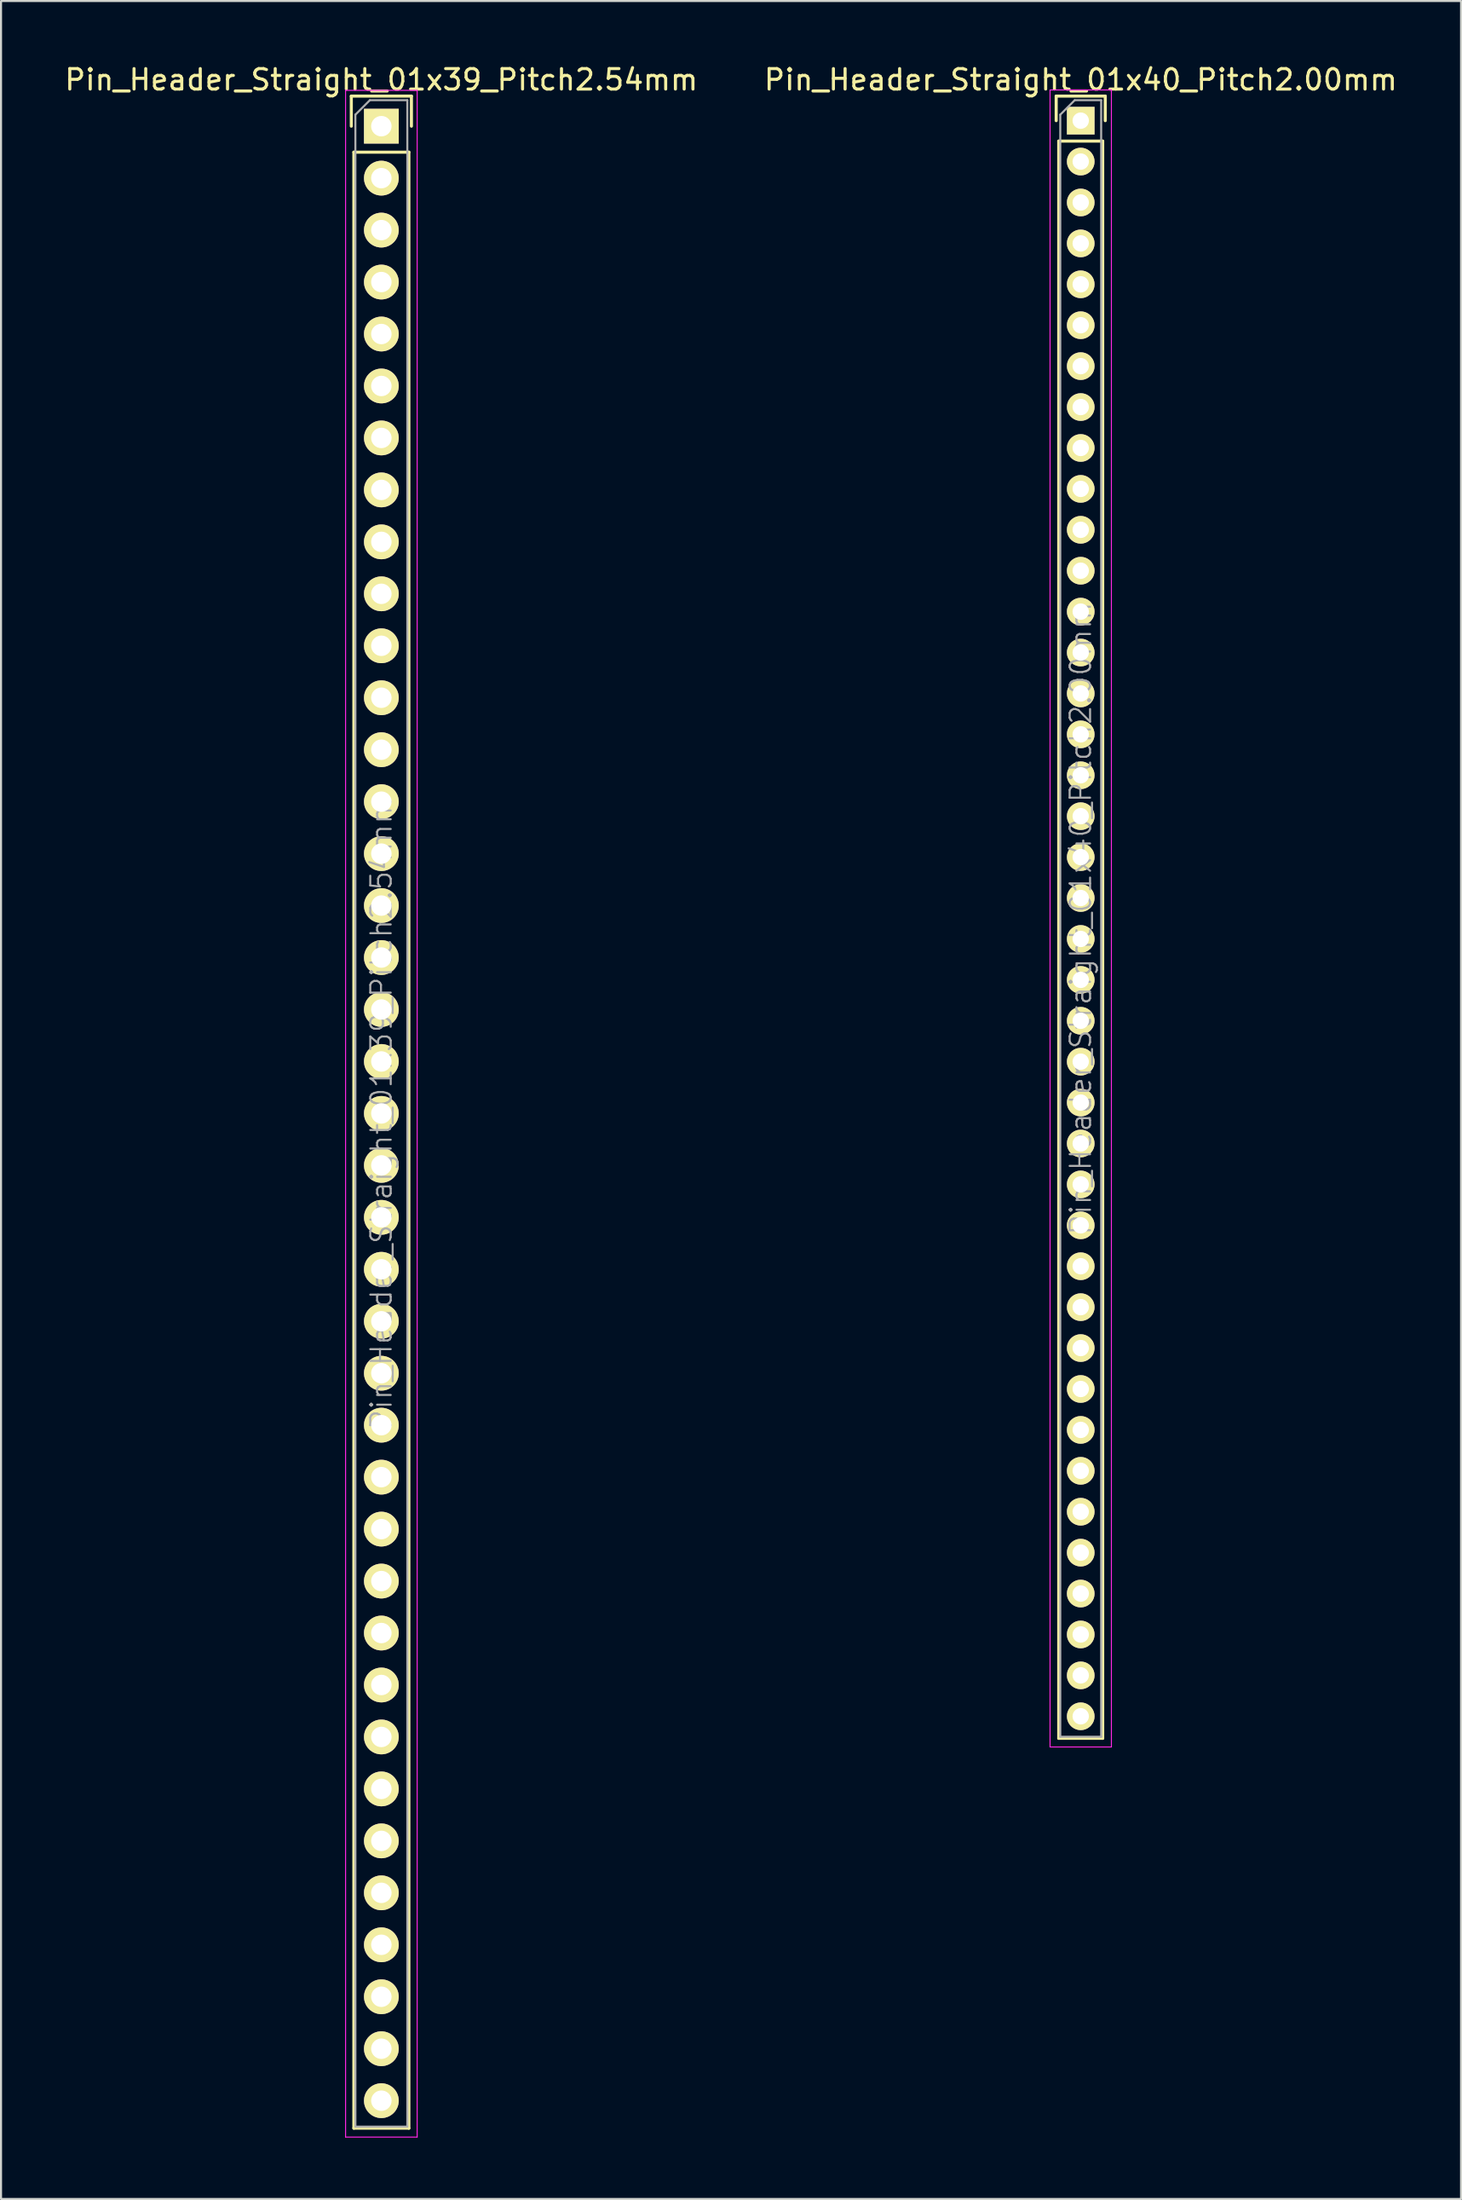
<source format=kicad_pcb>
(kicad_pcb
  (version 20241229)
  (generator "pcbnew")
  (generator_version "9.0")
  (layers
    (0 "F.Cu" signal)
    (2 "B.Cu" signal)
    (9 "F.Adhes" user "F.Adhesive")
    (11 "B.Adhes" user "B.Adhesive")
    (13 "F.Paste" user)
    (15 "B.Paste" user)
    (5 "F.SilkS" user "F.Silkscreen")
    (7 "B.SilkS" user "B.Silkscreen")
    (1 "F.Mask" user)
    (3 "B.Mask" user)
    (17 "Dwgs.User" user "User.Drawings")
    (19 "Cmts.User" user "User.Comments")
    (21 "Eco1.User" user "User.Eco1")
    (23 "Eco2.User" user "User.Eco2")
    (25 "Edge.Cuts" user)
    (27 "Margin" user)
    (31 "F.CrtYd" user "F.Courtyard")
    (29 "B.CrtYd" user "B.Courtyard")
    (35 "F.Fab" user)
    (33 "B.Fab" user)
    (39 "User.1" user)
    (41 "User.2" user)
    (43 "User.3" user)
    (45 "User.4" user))
  (footprint "Pin_Header_Straight_01x39_Pitch2.54mm"
    (layer "F.Cu")
    (at 15.601 3.118)
    (property "Reference" "Pin_Header_Straight_01x39_Pitch2.54mm" (at 0 -2.27 0) (layer "F.SilkS") (effects (font (size 1 1) (thickness 0.15))))
    (attr smd)
    (fp_line (start -1.47 -1.47) (end -1.47 0) (stroke (width 0.15) (type solid)) (layer "F.SilkS"))
    (fp_line (start -1.47 -1.47) (end 1.47 -1.47) (stroke (width 0.15) (type solid)) (layer "F.SilkS"))
    (fp_line (start -1.345 1.27) (end -1.345 97.865) (stroke (width 0.15) (type solid)) (layer "F.SilkS"))
    (fp_line (start -1.345 1.27) (end 1.345 1.27) (stroke (width 0.15) (type solid)) (layer "F.SilkS"))
    (fp_line (start -1.345 97.865) (end 1.345 97.865) (stroke (width 0.15) (type solid)) (layer "F.SilkS"))
    (fp_line (start 1.345 1.27) (end 1.345 97.865) (stroke (width 0.15) (type solid)) (layer "F.SilkS"))
    (fp_line (start 1.47 -1.47) (end 1.47 0) (stroke (width 0.15) (type solid)) (layer "F.SilkS"))
    (fp_line (start -1.75 -1.75) (end -1.75 98.3) (stroke (width 0.05) (type solid)) (layer "F.CrtYd"))
    (fp_line (start 1.75 -1.75) (end -1.75 -1.75) (stroke (width 0.05) (type solid)) (layer "F.CrtYd"))
    (fp_line (start 1.75 -1.75) (end 1.75 98.3) (stroke (width 0.05) (type solid)) (layer "F.CrtYd"))
    (fp_line (start 1.75 98.3) (end -1.75 98.3) (stroke (width 0.05) (type solid)) (layer "F.CrtYd"))
    (fp_line (start -1.27 -0.563) (end -0.563 -1.27) (stroke (width 0.1) (type solid)) (layer "F.Fab"))
    (fp_line (start -1.27 97.79) (end -1.27 -0.563) (stroke (width 0.1) (type solid)) (layer "F.Fab"))
    (fp_line (start 1.27 -1.27) (end -0.563 -1.27) (stroke (width 0.1) (type solid)) (layer "F.Fab"))
    (fp_line (start 1.27 97.79) (end -1.27 97.79) (stroke (width 0.1) (type solid)) (layer "F.Fab"))
    (fp_line (start 1.27 97.79) (end 1.27 -1.27) (stroke (width 0.1) (type solid)) (layer "F.Fab"))
    (fp_text user "${REFERENCE}" (at 0 48.26 90) (layer "F.Fab") (effects (font (size 1 1) (thickness 0.1))))
    (pad "1" thru_hole rect (at 0 0) (size 1.7 1.7) (drill 1) (layers "*.Cu" "*.Mask" "F.SilkS"))
    (pad "2" thru_hole oval (at 0 2.54) (size 1.7 1.7) (drill 1) (layers "*.Cu" "*.Mask" "F.SilkS"))
    (pad "3" thru_hole oval (at 0 5.08) (size 1.7 1.7) (drill 1) (layers "*.Cu" "*.Mask" "F.SilkS"))
    (pad "4" thru_hole oval (at 0 7.62) (size 1.7 1.7) (drill 1) (layers "*.Cu" "*.Mask" "F.SilkS"))
    (pad "5" thru_hole oval (at 0 10.16) (size 1.7 1.7) (drill 1) (layers "*.Cu" "*.Mask" "F.SilkS"))
    (pad "6" thru_hole oval (at 0 12.7) (size 1.7 1.7) (drill 1) (layers "*.Cu" "*.Mask" "F.SilkS"))
    (pad "7" thru_hole oval (at 0 15.24) (size 1.7 1.7) (drill 1) (layers "*.Cu" "*.Mask" "F.SilkS"))
    (pad "8" thru_hole oval (at 0 17.78) (size 1.7 1.7) (drill 1) (layers "*.Cu" "*.Mask" "F.SilkS"))
    (pad "9" thru_hole oval (at 0 20.32) (size 1.7 1.7) (drill 1) (layers "*.Cu" "*.Mask" "F.SilkS"))
    (pad "10" thru_hole oval (at 0 22.86) (size 1.7 1.7) (drill 1) (layers "*.Cu" "*.Mask" "F.SilkS"))
    (pad "11" thru_hole oval (at 0 25.4) (size 1.7 1.7) (drill 1) (layers "*.Cu" "*.Mask" "F.SilkS"))
    (pad "12" thru_hole oval (at 0 27.94) (size 1.7 1.7) (drill 1) (layers "*.Cu" "*.Mask" "F.SilkS"))
    (pad "13" thru_hole oval (at 0 30.48) (size 1.7 1.7) (drill 1) (layers "*.Cu" "*.Mask" "F.SilkS"))
    (pad "14" thru_hole oval (at 0 33.02) (size 1.7 1.7) (drill 1) (layers "*.Cu" "*.Mask" "F.SilkS"))
    (pad "15" thru_hole oval (at 0 35.56) (size 1.7 1.7) (drill 1) (layers "*.Cu" "*.Mask" "F.SilkS"))
    (pad "16" thru_hole oval (at 0 38.1) (size 1.7 1.7) (drill 1) (layers "*.Cu" "*.Mask" "F.SilkS"))
    (pad "17" thru_hole oval (at 0 40.64) (size 1.7 1.7) (drill 1) (layers "*.Cu" "*.Mask" "F.SilkS"))
    (pad "18" thru_hole oval (at 0 43.18) (size 1.7 1.7) (drill 1) (layers "*.Cu" "*.Mask" "F.SilkS"))
    (pad "19" thru_hole oval (at 0 45.72) (size 1.7 1.7) (drill 1) (layers "*.Cu" "*.Mask" "F.SilkS"))
    (pad "20" thru_hole oval (at 0 48.26) (size 1.7 1.7) (drill 1) (layers "*.Cu" "*.Mask" "F.SilkS"))
    (pad "21" thru_hole oval (at 0 50.8) (size 1.7 1.7) (drill 1) (layers "*.Cu" "*.Mask" "F.SilkS"))
    (pad "22" thru_hole oval (at 0 53.34) (size 1.7 1.7) (drill 1) (layers "*.Cu" "*.Mask" "F.SilkS"))
    (pad "23" thru_hole oval (at 0 55.88) (size 1.7 1.7) (drill 1) (layers "*.Cu" "*.Mask" "F.SilkS"))
    (pad "24" thru_hole oval (at 0 58.42) (size 1.7 1.7) (drill 1) (layers "*.Cu" "*.Mask" "F.SilkS"))
    (pad "25" thru_hole oval (at 0 60.96) (size 1.7 1.7) (drill 1) (layers "*.Cu" "*.Mask" "F.SilkS"))
    (pad "26" thru_hole oval (at 0 63.5) (size 1.7 1.7) (drill 1) (layers "*.Cu" "*.Mask" "F.SilkS"))
    (pad "27" thru_hole oval (at 0 66.04) (size 1.7 1.7) (drill 1) (layers "*.Cu" "*.Mask" "F.SilkS"))
    (pad "28" thru_hole oval (at 0 68.58) (size 1.7 1.7) (drill 1) (layers "*.Cu" "*.Mask" "F.SilkS"))
    (pad "29" thru_hole oval (at 0 71.12) (size 1.7 1.7) (drill 1) (layers "*.Cu" "*.Mask" "F.SilkS"))
    (pad "30" thru_hole oval (at 0 73.66) (size 1.7 1.7) (drill 1) (layers "*.Cu" "*.Mask" "F.SilkS"))
    (pad "31" thru_hole oval (at 0 76.2) (size 1.7 1.7) (drill 1) (layers "*.Cu" "*.Mask" "F.SilkS"))
    (pad "32" thru_hole oval (at 0 78.74) (size 1.7 1.7) (drill 1) (layers "*.Cu" "*.Mask" "F.SilkS"))
    (pad "33" thru_hole oval (at 0 81.28) (size 1.7 1.7) (drill 1) (layers "*.Cu" "*.Mask" "F.SilkS"))
    (pad "34" thru_hole oval (at 0 83.82) (size 1.7 1.7) (drill 1) (layers "*.Cu" "*.Mask" "F.SilkS"))
    (pad "35" thru_hole oval (at 0 86.36) (size 1.7 1.7) (drill 1) (layers "*.Cu" "*.Mask" "F.SilkS"))
    (pad "36" thru_hole oval (at 0 88.9) (size 1.7 1.7) (drill 1) (layers "*.Cu" "*.Mask" "F.SilkS"))
    (pad "37" thru_hole oval (at 0 91.44) (size 1.7 1.7) (drill 1) (layers "*.Cu" "*.Mask" "F.SilkS"))
    (pad "38" thru_hole oval (at 0 93.98) (size 1.7 1.7) (drill 1) (layers "*.Cu" "*.Mask" "F.SilkS"))
    (pad "39" thru_hole oval (at 0 96.52) (size 1.7 1.7) (drill 1) (layers "*.Cu" "*.Mask" "F.SilkS")))
  (footprint "Pin_Header_Straight_01x40_Pitch2.00mm"
    (layer "F.Cu")
    (at 49.804 2.848)
    (property "Reference" "Pin_Header_Straight_01x40_Pitch2.00mm" (at 0 -2 0) (layer "F.SilkS") (effects (font (size 1 1) (thickness 0.15))))
    (attr smd)
    (fp_line (start -1.2 -1.2) (end -1.2 0) (stroke (width 0.15) (type solid)) (layer "F.SilkS"))
    (fp_line (start -1.2 -1.2) (end 1.2 -1.2) (stroke (width 0.15) (type solid)) (layer "F.SilkS"))
    (fp_line (start -1.075 1) (end -1.075 79.075) (stroke (width 0.15) (type solid)) (layer "F.SilkS"))
    (fp_line (start -1.075 1) (end 1.075 1) (stroke (width 0.15) (type solid)) (layer "F.SilkS"))
    (fp_line (start -1.075 79.075) (end 1.075 79.075) (stroke (width 0.15) (type solid)) (layer "F.SilkS"))
    (fp_line (start 1.075 1) (end 1.075 79.075) (stroke (width 0.15) (type solid)) (layer "F.SilkS"))
    (fp_line (start 1.2 -1.2) (end 1.2 0) (stroke (width 0.15) (type solid)) (layer "F.SilkS"))
    (fp_line (start -1.5 -1.5) (end -1.5 79.5) (stroke (width 0.05) (type solid)) (layer "F.CrtYd"))
    (fp_line (start 1.5 -1.5) (end -1.5 -1.5) (stroke (width 0.05) (type solid)) (layer "F.CrtYd"))
    (fp_line (start 1.5 -1.5) (end 1.5 79.5) (stroke (width 0.05) (type solid)) (layer "F.CrtYd"))
    (fp_line (start 1.5 79.5) (end -1.5 79.5) (stroke (width 0.05) (type solid)) (layer "F.CrtYd"))
    (fp_line (start -1 -0.293) (end -0.293 -1) (stroke (width 0.1) (type solid)) (layer "F.Fab"))
    (fp_line (start -1 79) (end -1 -0.293) (stroke (width 0.1) (type solid)) (layer "F.Fab"))
    (fp_line (start 1 -1) (end -0.293 -1) (stroke (width 0.1) (type solid)) (layer "F.Fab"))
    (fp_line (start 1 79) (end -1 79) (stroke (width 0.1) (type solid)) (layer "F.Fab"))
    (fp_line (start 1 79) (end 1 -1) (stroke (width 0.1) (type solid)) (layer "F.Fab"))
    (fp_text user "${REFERENCE}" (at 0 39 90) (layer "F.Fab") (effects (font (size 1 1) (thickness 0.1))))
    (pad "1" thru_hole rect (at 0 0) (size 1.35 1.35) (drill 0.8) (layers "*.Cu" "*.Mask" "F.SilkS"))
    (pad "2" thru_hole oval (at 0 2) (size 1.35 1.35) (drill 0.8) (layers "*.Cu" "*.Mask" "F.SilkS"))
    (pad "3" thru_hole oval (at 0 4) (size 1.35 1.35) (drill 0.8) (layers "*.Cu" "*.Mask" "F.SilkS"))
    (pad "4" thru_hole oval (at 0 6) (size 1.35 1.35) (drill 0.8) (layers "*.Cu" "*.Mask" "F.SilkS"))
    (pad "5" thru_hole oval (at 0 8) (size 1.35 1.35) (drill 0.8) (layers "*.Cu" "*.Mask" "F.SilkS"))
    (pad "6" thru_hole oval (at 0 10) (size 1.35 1.35) (drill 0.8) (layers "*.Cu" "*.Mask" "F.SilkS"))
    (pad "7" thru_hole oval (at 0 12) (size 1.35 1.35) (drill 0.8) (layers "*.Cu" "*.Mask" "F.SilkS"))
    (pad "8" thru_hole oval (at 0 14) (size 1.35 1.35) (drill 0.8) (layers "*.Cu" "*.Mask" "F.SilkS"))
    (pad "9" thru_hole oval (at 0 16) (size 1.35 1.35) (drill 0.8) (layers "*.Cu" "*.Mask" "F.SilkS"))
    (pad "10" thru_hole oval (at 0 18) (size 1.35 1.35) (drill 0.8) (layers "*.Cu" "*.Mask" "F.SilkS"))
    (pad "11" thru_hole oval (at 0 20) (size 1.35 1.35) (drill 0.8) (layers "*.Cu" "*.Mask" "F.SilkS"))
    (pad "12" thru_hole oval (at 0 22) (size 1.35 1.35) (drill 0.8) (layers "*.Cu" "*.Mask" "F.SilkS"))
    (pad "13" thru_hole oval (at 0 24) (size 1.35 1.35) (drill 0.8) (layers "*.Cu" "*.Mask" "F.SilkS"))
    (pad "14" thru_hole oval (at 0 26) (size 1.35 1.35) (drill 0.8) (layers "*.Cu" "*.Mask" "F.SilkS"))
    (pad "15" thru_hole oval (at 0 28) (size 1.35 1.35) (drill 0.8) (layers "*.Cu" "*.Mask" "F.SilkS"))
    (pad "16" thru_hole oval (at 0 30) (size 1.35 1.35) (drill 0.8) (layers "*.Cu" "*.Mask" "F.SilkS"))
    (pad "17" thru_hole oval (at 0 32) (size 1.35 1.35) (drill 0.8) (layers "*.Cu" "*.Mask" "F.SilkS"))
    (pad "18" thru_hole oval (at 0 34) (size 1.35 1.35) (drill 0.8) (layers "*.Cu" "*.Mask" "F.SilkS"))
    (pad "19" thru_hole oval (at 0 36) (size 1.35 1.35) (drill 0.8) (layers "*.Cu" "*.Mask" "F.SilkS"))
    (pad "20" thru_hole oval (at 0 38) (size 1.35 1.35) (drill 0.8) (layers "*.Cu" "*.Mask" "F.SilkS"))
    (pad "21" thru_hole oval (at 0 40) (size 1.35 1.35) (drill 0.8) (layers "*.Cu" "*.Mask" "F.SilkS"))
    (pad "22" thru_hole oval (at 0 42) (size 1.35 1.35) (drill 0.8) (layers "*.Cu" "*.Mask" "F.SilkS"))
    (pad "23" thru_hole oval (at 0 44) (size 1.35 1.35) (drill 0.8) (layers "*.Cu" "*.Mask" "F.SilkS"))
    (pad "24" thru_hole oval (at 0 46) (size 1.35 1.35) (drill 0.8) (layers "*.Cu" "*.Mask" "F.SilkS"))
    (pad "25" thru_hole oval (at 0 48) (size 1.35 1.35) (drill 0.8) (layers "*.Cu" "*.Mask" "F.SilkS"))
    (pad "26" thru_hole oval (at 0 50) (size 1.35 1.35) (drill 0.8) (layers "*.Cu" "*.Mask" "F.SilkS"))
    (pad "27" thru_hole oval (at 0 52) (size 1.35 1.35) (drill 0.8) (layers "*.Cu" "*.Mask" "F.SilkS"))
    (pad "28" thru_hole oval (at 0 54) (size 1.35 1.35) (drill 0.8) (layers "*.Cu" "*.Mask" "F.SilkS"))
    (pad "29" thru_hole oval (at 0 56) (size 1.35 1.35) (drill 0.8) (layers "*.Cu" "*.Mask" "F.SilkS"))
    (pad "30" thru_hole oval (at 0 58) (size 1.35 1.35) (drill 0.8) (layers "*.Cu" "*.Mask" "F.SilkS"))
    (pad "31" thru_hole oval (at 0 60) (size 1.35 1.35) (drill 0.8) (layers "*.Cu" "*.Mask" "F.SilkS"))
    (pad "32" thru_hole oval (at 0 62) (size 1.35 1.35) (drill 0.8) (layers "*.Cu" "*.Mask" "F.SilkS"))
    (pad "33" thru_hole oval (at 0 64) (size 1.35 1.35) (drill 0.8) (layers "*.Cu" "*.Mask" "F.SilkS"))
    (pad "34" thru_hole oval (at 0 66) (size 1.35 1.35) (drill 0.8) (layers "*.Cu" "*.Mask" "F.SilkS"))
    (pad "35" thru_hole oval (at 0 68) (size 1.35 1.35) (drill 0.8) (layers "*.Cu" "*.Mask" "F.SilkS"))
    (pad "36" thru_hole oval (at 0 70) (size 1.35 1.35) (drill 0.8) (layers "*.Cu" "*.Mask" "F.SilkS"))
    (pad "37" thru_hole oval (at 0 72) (size 1.35 1.35) (drill 0.8) (layers "*.Cu" "*.Mask" "F.SilkS"))
    (pad "38" thru_hole oval (at 0 74) (size 1.35 1.35) (drill 0.8) (layers "*.Cu" "*.Mask" "F.SilkS"))
    (pad "39" thru_hole oval (at 0 76) (size 1.35 1.35) (drill 0.8) (layers "*.Cu" "*.Mask" "F.SilkS"))
    (pad "40" thru_hole oval (at 0 78) (size 1.35 1.35) (drill 0.8) (layers "*.Cu" "*.Mask" "F.SilkS")))
  (gr_rect
    (start -3 -3)
    (end 68.405 104.443)
    (stroke (width 0.1) (type default))
    (fill no)
    (layer "Edge.Cuts")))
</source>
